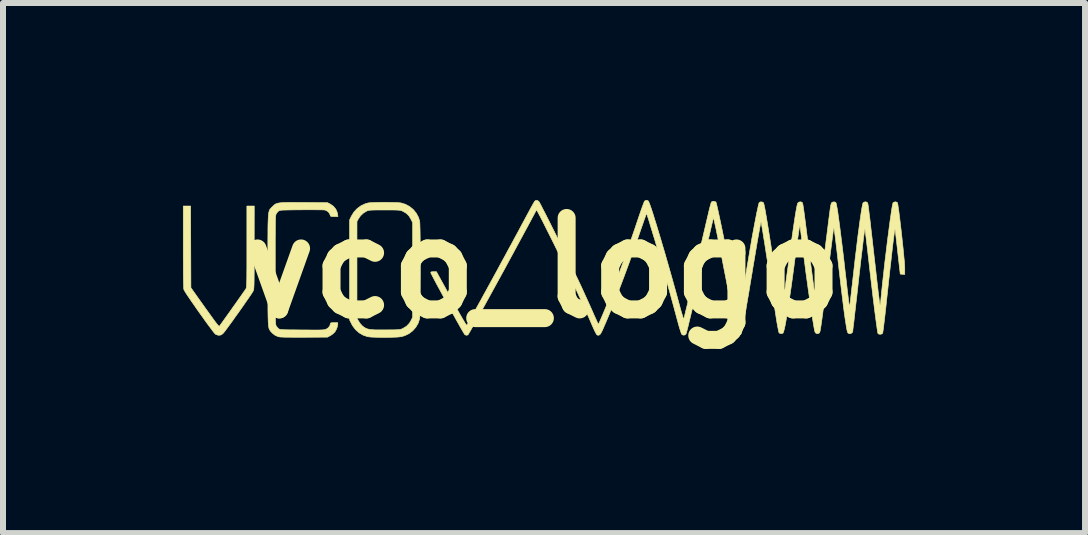
<source format=kicad_pcb>
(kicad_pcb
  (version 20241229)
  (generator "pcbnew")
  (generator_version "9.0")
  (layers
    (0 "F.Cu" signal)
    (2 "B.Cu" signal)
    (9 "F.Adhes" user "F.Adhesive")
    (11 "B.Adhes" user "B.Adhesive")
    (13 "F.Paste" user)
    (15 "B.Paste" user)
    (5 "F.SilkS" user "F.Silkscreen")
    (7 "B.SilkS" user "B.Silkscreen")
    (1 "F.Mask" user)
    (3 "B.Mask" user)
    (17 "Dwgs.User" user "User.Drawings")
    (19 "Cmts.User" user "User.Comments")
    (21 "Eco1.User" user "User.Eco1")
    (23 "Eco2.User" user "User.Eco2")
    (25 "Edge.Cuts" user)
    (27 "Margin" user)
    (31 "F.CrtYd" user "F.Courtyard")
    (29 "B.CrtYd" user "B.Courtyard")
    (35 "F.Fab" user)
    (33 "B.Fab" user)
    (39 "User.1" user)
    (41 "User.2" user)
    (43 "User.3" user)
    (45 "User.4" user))
  (footprint "vco_logo"
    (layer "F.Cu")
    (at 5.996 1.418)
    (property "Reference" "vco_logo" (at 0 0 0) (layer "F.SilkS") (effects (font (size 1.524 1.524) (thickness 0.3))))
    (attr through_hole)
    (fp_poly (pts (xy -5.864 0.328) (xy -5.632 0.655) (xy -5.575 0.734) (xy -5.527 0.801) (xy -5.488 0.855) (xy -5.457 0.897) (xy -5.432 0.929) (xy -5.414 0.951) (xy -5.401 0.965) (xy -5.393 0.97) (xy -5.39 0.97) (xy -5.382 0.96) (xy -5.366 0.938) (xy -5.343 0.906) (xy -5.313 0.864) (xy -5.278 0.815) (xy -5.24 0.762) (xy -5.199 0.705) (xy -5.158 0.646) (xy -5.116 0.588) (xy -5.077 0.532) (xy -5.04 0.48) (xy -5.008 0.434) (xy -4.981 0.395) (xy -4.961 0.367) (xy -4.949 0.349) (xy -4.947 0.346) (xy -4.944 0.34) (xy -4.942 0.333) (xy -4.939 0.323) (xy -4.938 0.31) (xy -4.936 0.291) (xy -4.935 0.266) (xy -4.934 0.233) (xy -4.933 0.192) (xy -4.932 0.14) (xy -4.932 0.078) (xy -4.931 0.003) (xy -4.931 -0.085) (xy -4.931 -0.187) (xy -4.931 -0.306) (xy -4.931 -0.357) (xy -4.931 -1.034) (xy -4.808 -1.034) (xy -4.809 -0.344) (xy -4.809 -0.217) (xy -4.809 -0.107) (xy -4.809 -0.012) (xy -4.809 0.069) (xy -4.81 0.138) (xy -4.81 0.195) (xy -4.811 0.241) (xy -4.812 0.279) (xy -4.813 0.308) (xy -4.815 0.331) (xy -4.816 0.348) (xy -4.818 0.361) (xy -4.821 0.371) (xy -4.824 0.378) (xy -4.825 0.381) (xy -4.834 0.397) (xy -4.852 0.425) (xy -4.878 0.464) (xy -4.91 0.511) (xy -4.948 0.565) (xy -4.989 0.625) (xy -5.033 0.687) (xy -5.078 0.751) (xy -5.124 0.814) (xy -5.167 0.876) (xy -5.209 0.933) (xy -5.246 0.984) (xy -5.279 1.028) (xy -5.304 1.062) (xy -5.323 1.084) (xy -5.33 1.093) (xy -5.365 1.116) (xy -5.403 1.121) (xy -5.441 1.11) (xy -5.456 1.101) (xy -5.467 1.09) (xy -5.487 1.066) (xy -5.514 1.03) (xy -5.547 0.986) (xy -5.586 0.934) (xy -5.628 0.876) (xy -5.672 0.814) (xy -5.718 0.75) (xy -5.764 0.685) (xy -5.808 0.621) (xy -5.85 0.561) (xy -5.888 0.505) (xy -5.922 0.456) (xy -5.949 0.414) (xy -5.968 0.383) (xy -5.979 0.363) (xy -5.981 0.359) (xy -5.983 0.345) (xy -5.985 0.318) (xy -5.986 0.277) (xy -5.988 0.221) (xy -5.989 0.151) (xy -5.99 0.065) (xy -5.99 -0.037) (xy -5.991 -0.155) (xy -5.991 -0.29) (xy -5.991 -0.354) (xy -5.991 -1.034) (xy -5.869 -1.034) (xy -5.864 0.328)) (stroke (width 0.01) (type solid)) (fill yes) (layer "F.SilkS"))
    (fp_poly (pts (xy -2.548 -1.094) (xy -2.489 -1.093) (xy -2.437 -1.092) (xy -2.395 -1.089) (xy -2.367 -1.086) (xy -2.364 -1.086) (xy -2.288 -1.063) (xy -2.218 -1.025) (xy -2.157 -0.975) (xy -2.107 -0.914) (xy -2.07 -0.845) (xy -2.051 -0.781) (xy -2.049 -0.764) (xy -2.047 -0.731) (xy -2.046 -0.683) (xy -2.044 -0.623) (xy -2.043 -0.551) (xy -2.042 -0.47) (xy -2.042 -0.381) (xy -2.041 -0.285) (xy -2.041 -0.185) (xy -2.04 -0.081) (xy -2.04 0.024) (xy -2.04 0.13) (xy -2.041 0.234) (xy -2.041 0.335) (xy -2.042 0.431) (xy -2.042 0.521) (xy -2.043 0.603) (xy -2.044 0.676) (xy -2.046 0.738) (xy -2.047 0.787) (xy -2.049 0.822) (xy -2.05 0.841) (xy -2.051 0.843) (xy -2.075 0.918) (xy -2.115 0.987) (xy -2.167 1.046) (xy -2.23 1.094) (xy -2.302 1.128) (xy -2.354 1.143) (xy -2.383 1.147) (xy -2.426 1.151) (xy -2.48 1.153) (xy -2.542 1.155) (xy -2.608 1.156) (xy -2.676 1.156) (xy -2.742 1.155) (xy -2.802 1.153) (xy -2.854 1.151) (xy -2.894 1.147) (xy -2.917 1.144) (xy -2.992 1.119) (xy -3.061 1.079) (xy -3.121 1.025) (xy -3.17 0.96) (xy -3.186 0.93) (xy -3.219 0.864) (xy -3.219 -0.775) (xy -3.096 -0.775) (xy -3.096 0.836) (xy -3.076 0.873) (xy -3.045 0.922) (xy -3.008 0.963) (xy -2.974 0.989) (xy -2.952 1.002) (xy -2.929 1.012) (xy -2.903 1.019) (xy -2.872 1.025) (xy -2.833 1.028) (xy -2.784 1.031) (xy -2.723 1.031) (xy -2.648 1.031) (xy -2.614 1.031) (xy -2.544 1.03) (xy -2.489 1.03) (xy -2.446 1.029) (xy -2.414 1.027) (xy -2.39 1.025) (xy -2.372 1.022) (xy -2.357 1.018) (xy -2.343 1.013) (xy -2.329 1.006) (xy -2.269 0.969) (xy -2.221 0.919) (xy -2.191 0.868) (xy -2.168 0.819) (xy -2.168 -0.758) (xy -2.197 -0.816) (xy -2.228 -0.867) (xy -2.266 -0.907) (xy -2.317 -0.939) (xy -2.336 -0.948) (xy -2.348 -0.954) (xy -2.361 -0.958) (xy -2.376 -0.962) (xy -2.396 -0.964) (xy -2.422 -0.966) (xy -2.456 -0.967) (xy -2.502 -0.968) (xy -2.561 -0.968) (xy -2.635 -0.968) (xy -2.636 -0.968) (xy -2.711 -0.968) (xy -2.77 -0.968) (xy -2.816 -0.967) (xy -2.851 -0.966) (xy -2.877 -0.964) (xy -2.896 -0.962) (xy -2.911 -0.958) (xy -2.924 -0.954) (xy -2.935 -0.949) (xy -2.989 -0.916) (xy -3.037 -0.871) (xy -3.073 -0.819) (xy -3.096 -0.775) (xy -3.219 -0.775) (xy -3.219 -0.801) (xy -3.191 -0.861) (xy -3.149 -0.93) (xy -3.094 -0.99) (xy -3.029 -1.038) (xy -2.957 -1.072) (xy -2.91 -1.085) (xy -2.886 -1.088) (xy -2.847 -1.091) (xy -2.797 -1.092) (xy -2.74 -1.094) (xy -2.677 -1.095) (xy -2.612 -1.095) (xy -2.548 -1.094)) (stroke (width 0.01) (type solid)) (fill yes) (layer "F.SilkS"))
    (fp_poly (pts (xy -4.124 -1.094) (xy -4.032 -1.093) (xy -3.975 -1.093) (xy -3.587 -1.09) (xy -3.542 -1.067) (xy -3.489 -1.03) (xy -3.449 -0.983) (xy -3.425 -0.928) (xy -3.419 -0.898) (xy -3.413 -0.858) (xy -3.475 -0.858) (xy -3.508 -0.859) (xy -3.526 -0.861) (xy -3.536 -0.866) (xy -3.541 -0.876) (xy -3.543 -0.885) (xy -3.559 -0.919) (xy -3.587 -0.947) (xy -3.623 -0.965) (xy -3.637 -0.968) (xy -3.654 -0.969) (xy -3.686 -0.97) (xy -3.732 -0.97) (xy -3.788 -0.971) (xy -3.854 -0.971) (xy -3.927 -0.971) (xy -4.004 -0.971) (xy -4.026 -0.97) (xy -4.114 -0.97) (xy -4.186 -0.969) (xy -4.244 -0.968) (xy -4.29 -0.967) (xy -4.325 -0.966) (xy -4.35 -0.965) (xy -4.369 -0.962) (xy -4.382 -0.96) (xy -4.392 -0.956) (xy -4.399 -0.952) (xy -4.403 -0.95) (xy -4.424 -0.929) (xy -4.442 -0.903) (xy -4.443 -0.902) (xy -4.445 -0.896) (xy -4.447 -0.888) (xy -4.449 -0.878) (xy -4.451 -0.864) (xy -4.453 -0.845) (xy -4.454 -0.82) (xy -4.455 -0.788) (xy -4.456 -0.748) (xy -4.456 -0.699) (xy -4.457 -0.64) (xy -4.457 -0.571) (xy -4.458 -0.489) (xy -4.458 -0.394) (xy -4.458 -0.285) (xy -4.458 -0.16) (xy -4.458 -0.02) (xy -4.458 0.031) (xy -4.458 0.177) (xy -4.458 0.306) (xy -4.458 0.42) (xy -4.458 0.52) (xy -4.457 0.606) (xy -4.457 0.68) (xy -4.457 0.742) (xy -4.456 0.794) (xy -4.455 0.837) (xy -4.454 0.871) (xy -4.453 0.898) (xy -4.452 0.919) (xy -4.45 0.935) (xy -4.448 0.947) (xy -4.446 0.955) (xy -4.444 0.961) (xy -4.443 0.963) (xy -4.425 0.988) (xy -4.404 1.01) (xy -4.403 1.011) (xy -4.396 1.015) (xy -4.388 1.019) (xy -4.378 1.022) (xy -4.363 1.024) (xy -4.342 1.026) (xy -4.314 1.028) (xy -4.275 1.029) (xy -4.226 1.03) (xy -4.164 1.03) (xy -4.088 1.031) (xy -4.01 1.032) (xy -3.92 1.032) (xy -3.846 1.033) (xy -3.785 1.033) (xy -3.738 1.033) (xy -3.7 1.032) (xy -3.672 1.031) (xy -3.651 1.029) (xy -3.635 1.027) (xy -3.623 1.024) (xy -3.613 1.02) (xy -3.604 1.016) (xy -3.572 0.994) (xy -3.549 0.963) (xy -3.539 0.931) (xy -3.538 0.925) (xy -3.535 0.917) (xy -3.524 0.913) (xy -3.501 0.911) (xy -3.477 0.911) (xy -3.416 0.911) (xy -3.416 0.936) (xy -3.422 0.974) (xy -3.437 1.017) (xy -3.458 1.056) (xy -3.468 1.069) (xy -3.49 1.091) (xy -3.52 1.114) (xy -3.54 1.126) (xy -3.587 1.152) (xy -3.976 1.154) (xy -4.077 1.154) (xy -4.162 1.154) (xy -4.232 1.153) (xy -4.289 1.153) (xy -4.333 1.151) (xy -4.367 1.15) (xy -4.391 1.147) (xy -4.406 1.144) (xy -4.407 1.144) (xy -4.461 1.121) (xy -4.509 1.083) (xy -4.533 1.056) (xy -4.541 1.046) (xy -4.547 1.037) (xy -4.553 1.027) (xy -4.558 1.016) (xy -4.563 1.003) (xy -4.566 0.986) (xy -4.57 0.964) (xy -4.572 0.937) (xy -4.575 0.903) (xy -4.576 0.862) (xy -4.578 0.812) (xy -4.579 0.752) (xy -4.58 0.682) (xy -4.58 0.6) (xy -4.581 0.505) (xy -4.581 0.396) (xy -4.581 0.273) (xy -4.581 0.134) (xy -4.581 0.031) (xy -4.581 -0.121) (xy -4.581 -0.256) (xy -4.581 -0.375) (xy -4.581 -0.48) (xy -4.58 -0.572) (xy -4.58 -0.651) (xy -4.579 -0.719) (xy -4.577 -0.777) (xy -4.575 -0.825) (xy -4.573 -0.864) (xy -4.57 -0.897) (xy -4.566 -0.923) (xy -4.561 -0.944) (xy -4.556 -0.96) (xy -4.55 -0.974) (xy -4.542 -0.985) (xy -4.534 -0.994) (xy -4.524 -1.004) (xy -4.514 -1.015) (xy -4.508 -1.02) (xy -4.491 -1.037) (xy -4.476 -1.051) (xy -4.46 -1.063) (xy -4.443 -1.072) (xy -4.421 -1.079) (xy -4.394 -1.085) (xy -4.361 -1.089) (xy -4.318 -1.092) (xy -4.266 -1.093) (xy -4.202 -1.094) (xy -4.124 -1.094)) (stroke (width 0.01) (type solid)) (fill yes) (layer "F.SilkS"))
    (fp_poly (pts (xy 1.751 -1.124) (xy 1.763 -1.115) (xy 1.77 -1.1) (xy 1.782 -1.07) (xy 1.798 -1.026) (xy 1.818 -0.967) (xy 1.841 -0.897) (xy 1.866 -0.815) (xy 1.895 -0.723) (xy 1.925 -0.623) (xy 1.958 -0.514) (xy 1.992 -0.399) (xy 2.028 -0.278) (xy 2.064 -0.153) (xy 2.101 -0.024) (xy 2.138 0.106) (xy 2.175 0.238) (xy 2.212 0.37) (xy 2.248 0.5) (xy 2.281 0.622) (xy 2.297 0.683) (xy 2.313 0.737) (xy 2.327 0.783) (xy 2.338 0.819) (xy 2.346 0.842) (xy 2.35 0.85) (xy 2.351 0.85) (xy 2.355 0.836) (xy 2.363 0.805) (xy 2.374 0.76) (xy 2.388 0.7) (xy 2.406 0.628) (xy 2.426 0.542) (xy 2.448 0.446) (xy 2.473 0.339) (xy 2.5 0.222) (xy 2.529 0.097) (xy 2.559 -0.035) (xy 2.575 -0.104) (xy 2.611 -0.264) (xy 2.644 -0.408) (xy 2.674 -0.536) (xy 2.7 -0.648) (xy 2.723 -0.747) (xy 2.743 -0.832) (xy 2.76 -0.903) (xy 2.774 -0.963) (xy 2.786 -1.011) (xy 2.796 -1.048) (xy 2.803 -1.074) (xy 2.809 -1.092) (xy 2.812 -1.1) (xy 2.813 -1.101) (xy 2.83 -1.11) (xy 2.854 -1.112) (xy 2.876 -1.107) (xy 2.889 -1.097) (xy 2.894 -1.083) (xy 2.901 -1.054) (xy 2.911 -1.01) (xy 2.924 -0.952) (xy 2.939 -0.883) (xy 2.956 -0.803) (xy 2.975 -0.714) (xy 2.995 -0.618) (xy 3.016 -0.514) (xy 3.039 -0.405) (xy 3.061 -0.293) (xy 3.084 -0.178) (xy 3.108 -0.061) (xy 3.131 0.055) (xy 3.153 0.17) (xy 3.175 0.282) (xy 3.195 0.391) (xy 3.214 0.49) (xy 3.231 0.578) (xy 3.244 0.649) (xy 3.255 0.704) (xy 3.264 0.744) (xy 3.27 0.77) (xy 3.274 0.782) (xy 3.276 0.782) (xy 3.276 0.778) (xy 3.277 0.768) (xy 3.281 0.742) (xy 3.288 0.702) (xy 3.296 0.65) (xy 3.306 0.587) (xy 3.318 0.516) (xy 3.331 0.437) (xy 3.345 0.352) (xy 3.36 0.264) (xy 3.375 0.173) (xy 3.39 0.082) (xy 3.405 -0.008) (xy 3.42 -0.096) (xy 3.434 -0.179) (xy 3.447 -0.256) (xy 3.458 -0.325) (xy 3.469 -0.385) (xy 3.477 -0.434) (xy 3.482 -0.464) (xy 3.5 -0.564) (xy 3.518 -0.66) (xy 3.535 -0.75) (xy 3.551 -0.833) (xy 3.565 -0.907) (xy 3.579 -0.97) (xy 3.59 -1.022) (xy 3.599 -1.061) (xy 3.606 -1.084) (xy 3.609 -1.091) (xy 3.628 -1.102) (xy 3.652 -1.102) (xy 3.675 -1.094) (xy 3.681 -1.088) (xy 3.684 -1.079) (xy 3.689 -1.059) (xy 3.696 -1.027) (xy 3.705 -0.983) (xy 3.715 -0.927) (xy 3.727 -0.857) (xy 3.741 -0.773) (xy 3.757 -0.676) (xy 3.775 -0.564) (xy 3.795 -0.437) (xy 3.817 -0.294) (xy 3.842 -0.136) (xy 3.868 0.039) (xy 3.897 0.228) (xy 3.911 0.316) (xy 3.924 0.4) (xy 3.936 0.478) (xy 3.947 0.547) (xy 3.956 0.607) (xy 3.964 0.655) (xy 3.97 0.69) (xy 3.974 0.71) (xy 3.974 0.714) (xy 3.977 0.718) (xy 3.979 0.714) (xy 3.983 0.703) (xy 3.987 0.683) (xy 3.993 0.654) (xy 3.999 0.615) (xy 4.007 0.564) (xy 4.017 0.501) (xy 4.027 0.426) (xy 4.04 0.337) (xy 4.054 0.234) (xy 4.07 0.115) (xy 4.089 -0.02) (xy 4.099 -0.098) (xy 4.121 -0.261) (xy 4.141 -0.408) (xy 4.16 -0.538) (xy 4.176 -0.653) (xy 4.191 -0.753) (xy 4.204 -0.839) (xy 4.215 -0.911) (xy 4.226 -0.969) (xy 4.234 -1.016) (xy 4.242 -1.05) (xy 4.248 -1.072) (xy 4.253 -1.084) (xy 4.272 -1.099) (xy 4.296 -1.104) (xy 4.319 -1.098) (xy 4.326 -1.091) (xy 4.329 -1.087) (xy 4.331 -1.082) (xy 4.334 -1.073) (xy 4.337 -1.06) (xy 4.34 -1.041) (xy 4.344 -1.016) (xy 4.349 -0.983) (xy 4.355 -0.942) (xy 4.362 -0.891) (xy 4.37 -0.828) (xy 4.38 -0.754) (xy 4.391 -0.666) (xy 4.404 -0.564) (xy 4.419 -0.447) (xy 4.432 -0.348) (xy 4.452 -0.19) (xy 4.471 -0.042) (xy 4.489 0.093) (xy 4.505 0.215) (xy 4.52 0.324) (xy 4.533 0.419) (xy 4.544 0.499) (xy 4.553 0.564) (xy 4.561 0.613) (xy 4.565 0.639) (xy 4.575 0.696) (xy 4.582 0.653) (xy 4.584 0.638) (xy 4.588 0.608) (xy 4.594 0.563) (xy 4.601 0.506) (xy 4.61 0.437) (xy 4.62 0.358) (xy 4.631 0.271) (xy 4.643 0.177) (xy 4.656 0.078) (xy 4.669 -0.025) (xy 4.683 -0.131) (xy 4.696 -0.238) (xy 4.71 -0.343) (xy 4.723 -0.447) (xy 4.736 -0.547) (xy 4.748 -0.642) (xy 4.759 -0.731) (xy 4.769 -0.811) (xy 4.778 -0.881) (xy 4.784 -0.928) (xy 4.793 -0.993) (xy 4.801 -1.042) (xy 4.809 -1.074) (xy 4.815 -1.088) (xy 4.835 -1.1) (xy 4.86 -1.103) (xy 4.881 -1.096) (xy 4.887 -1.091) (xy 4.892 -1.079) (xy 4.898 -1.051) (xy 4.906 -1.009) (xy 4.916 -0.952) (xy 4.926 -0.88) (xy 4.938 -0.792) (xy 4.952 -0.688) (xy 4.967 -0.568) (xy 4.984 -0.432) (xy 5.003 -0.279) (xy 5.023 -0.11) (xy 5.044 0.077) (xy 5.054 0.158) (xy 5.066 0.263) (xy 5.076 0.352) (xy 5.085 0.425) (xy 5.092 0.486) (xy 5.098 0.534) (xy 5.103 0.571) (xy 5.106 0.598) (xy 5.109 0.616) (xy 5.112 0.628) (xy 5.114 0.633) (xy 5.116 0.634) (xy 5.117 0.631) (xy 5.119 0.619) (xy 5.123 0.592) (xy 5.128 0.552) (xy 5.134 0.5) (xy 5.141 0.439) (xy 5.149 0.37) (xy 5.157 0.296) (xy 5.159 0.285) (xy 5.176 0.131) (xy 5.193 -0.018) (xy 5.209 -0.162) (xy 5.226 -0.298) (xy 5.241 -0.427) (xy 5.256 -0.548) (xy 5.271 -0.658) (xy 5.284 -0.759) (xy 5.297 -0.847) (xy 5.308 -0.923) (xy 5.318 -0.986) (xy 5.327 -1.034) (xy 5.334 -1.067) (xy 5.339 -1.084) (xy 5.339 -1.084) (xy 5.357 -1.099) (xy 5.382 -1.104) (xy 5.404 -1.098) (xy 5.412 -1.091) (xy 5.414 -1.088) (xy 5.416 -1.084) (xy 5.418 -1.077) (xy 5.421 -1.067) (xy 5.424 -1.052) (xy 5.427 -1.032) (xy 5.43 -1.005) (xy 5.435 -0.97) (xy 5.44 -0.926) (xy 5.447 -0.872) (xy 5.455 -0.808) (xy 5.464 -0.731) (xy 5.474 -0.641) (xy 5.486 -0.536) (xy 5.5 -0.416) (xy 5.513 -0.298) (xy 5.53 -0.151) (xy 5.545 -0.021) (xy 5.558 0.094) (xy 5.569 0.194) (xy 5.579 0.28) (xy 5.588 0.354) (xy 5.595 0.417) (xy 5.602 0.468) (xy 5.607 0.51) (xy 5.611 0.544) (xy 5.615 0.569) (xy 5.617 0.588) (xy 5.62 0.6) (xy 5.621 0.608) (xy 5.623 0.612) (xy 5.624 0.613) (xy 5.627 0.605) (xy 5.631 0.584) (xy 5.635 0.553) (xy 5.635 0.545) (xy 5.643 0.464) (xy 5.652 0.374) (xy 5.662 0.277) (xy 5.673 0.174) (xy 5.685 0.067) (xy 5.697 -0.043) (xy 5.71 -0.155) (xy 5.724 -0.266) (xy 5.737 -0.376) (xy 5.75 -0.483) (xy 5.764 -0.586) (xy 5.776 -0.683) (xy 5.788 -0.773) (xy 5.8 -0.855) (xy 5.81 -0.926) (xy 5.819 -0.986) (xy 5.827 -1.033) (xy 5.834 -1.066) (xy 5.838 -1.083) (xy 5.839 -1.084) (xy 5.857 -1.099) (xy 5.881 -1.104) (xy 5.904 -1.097) (xy 5.912 -1.091) (xy 5.916 -1.079) (xy 5.921 -1.051) (xy 5.927 -1.01) (xy 5.935 -0.957) (xy 5.943 -0.894) (xy 5.952 -0.823) (xy 5.961 -0.745) (xy 5.971 -0.663) (xy 5.981 -0.578) (xy 5.99 -0.492) (xy 5.999 -0.407) (xy 6.008 -0.325) (xy 6.015 -0.248) (xy 6.022 -0.177) (xy 6.028 -0.115) (xy 6.032 -0.063) (xy 6.034 -0.023) (xy 6.035 -0.002) (xy 6.035 0.106) (xy 5.96 0.101) (xy 5.928 -0.175) (xy 5.92 -0.248) (xy 5.912 -0.321) (xy 5.904 -0.39) (xy 5.897 -0.452) (xy 5.891 -0.504) (xy 5.887 -0.542) (xy 5.886 -0.55) (xy 5.881 -0.589) (xy 5.877 -0.62) (xy 5.873 -0.64) (xy 5.871 -0.645) (xy 5.869 -0.635) (xy 5.864 -0.607) (xy 5.858 -0.563) (xy 5.85 -0.502) (xy 5.84 -0.424) (xy 5.829 -0.331) (xy 5.817 -0.223) (xy 5.803 -0.099) (xy 5.787 0.039) (xy 5.77 0.192) (xy 5.752 0.36) (xy 5.732 0.541) (xy 5.724 0.621) (xy 5.714 0.708) (xy 5.705 0.79) (xy 5.696 0.866) (xy 5.688 0.933) (xy 5.681 0.991) (xy 5.675 1.036) (xy 5.67 1.068) (xy 5.667 1.085) (xy 5.666 1.087) (xy 5.651 1.099) (xy 5.628 1.104) (xy 5.604 1.101) (xy 5.589 1.092) (xy 5.586 1.081) (xy 5.581 1.053) (xy 5.574 1.009) (xy 5.566 0.951) (xy 5.556 0.879) (xy 5.545 0.794) (xy 5.532 0.697) (xy 5.519 0.588) (xy 5.504 0.47) (xy 5.489 0.342) (xy 5.473 0.206) (xy 5.456 0.062) (xy 5.439 -0.088) (xy 5.429 -0.173) (xy 5.419 -0.262) (xy 5.409 -0.347) (xy 5.4 -0.424) (xy 5.392 -0.492) (xy 5.385 -0.551) (xy 5.379 -0.598) (xy 5.374 -0.631) (xy 5.372 -0.649) (xy 5.371 -0.653) (xy 5.368 -0.643) (xy 5.364 -0.616) (xy 5.358 -0.573) (xy 5.35 -0.515) (xy 5.341 -0.442) (xy 5.331 -0.355) (xy 5.319 -0.255) (xy 5.305 -0.143) (xy 5.291 -0.019) (xy 5.275 0.117) (xy 5.259 0.262) (xy 5.255 0.298) (xy 5.244 0.397) (xy 5.233 0.495) (xy 5.222 0.587) (xy 5.212 0.674) (xy 5.203 0.753) (xy 5.195 0.822) (xy 5.189 0.879) (xy 5.184 0.922) (xy 5.18 0.95) (xy 5.18 0.95) (xy 5.175 0.991) (xy 5.171 1.026) (xy 5.169 1.05) (xy 5.168 1.061) (xy 5.168 1.061) (xy 5.16 1.075) (xy 5.143 1.088) (xy 5.123 1.095) (xy 5.12 1.095) (xy 5.098 1.089) (xy 5.086 1.079) (xy 5.08 1.065) (xy 5.072 1.034) (xy 5.063 0.986) (xy 5.053 0.923) (xy 5.041 0.846) (xy 5.028 0.754) (xy 5.014 0.649) (xy 5 0.532) (xy 4.984 0.402) (xy 4.975 0.328) (xy 4.957 0.174) (xy 4.941 0.036) (xy 4.927 -0.086) (xy 4.915 -0.193) (xy 4.904 -0.287) (xy 4.894 -0.368) (xy 4.886 -0.437) (xy 4.879 -0.494) (xy 4.873 -0.542) (xy 4.868 -0.58) (xy 4.864 -0.61) (xy 4.861 -0.632) (xy 4.858 -0.648) (xy 4.856 -0.658) (xy 4.854 -0.663) (xy 4.852 -0.664) (xy 4.851 -0.662) (xy 4.85 -0.658) (xy 4.849 -0.657) (xy 4.847 -0.645) (xy 4.843 -0.617) (xy 4.838 -0.574) (xy 4.83 -0.518) (xy 4.822 -0.452) (xy 4.812 -0.375) (xy 4.801 -0.289) (xy 4.789 -0.197) (xy 4.776 -0.099) (xy 4.769 -0.044) (xy 4.749 0.118) (xy 4.73 0.264) (xy 4.714 0.394) (xy 4.699 0.51) (xy 4.686 0.611) (xy 4.675 0.7) (xy 4.665 0.777) (xy 4.656 0.842) (xy 4.648 0.898) (xy 4.642 0.944) (xy 4.636 0.981) (xy 4.631 1.011) (xy 4.627 1.035) (xy 4.623 1.052) (xy 4.62 1.065) (xy 4.617 1.073) (xy 4.615 1.079) (xy 4.612 1.082) (xy 4.61 1.083) (xy 4.585 1.094) (xy 4.56 1.09) (xy 4.543 1.075) (xy 4.537 1.06) (xy 4.53 1.029) (xy 4.521 0.983) (xy 4.511 0.922) (xy 4.499 0.849) (xy 4.486 0.765) (xy 4.471 0.67) (xy 4.456 0.566) (xy 4.44 0.453) (xy 4.423 0.334) (xy 4.406 0.209) (xy 4.388 0.08) (xy 4.371 -0.053) (xy 4.353 -0.189) (xy 4.336 -0.325) (xy 4.319 -0.461) (xy 4.303 -0.597) (xy 4.3 -0.62) (xy 4.295 -0.656) (xy 4.291 -0.685) (xy 4.287 -0.703) (xy 4.285 -0.706) (xy 4.283 -0.699) (xy 4.28 -0.682) (xy 4.275 -0.653) (xy 4.269 -0.611) (xy 4.261 -0.557) (xy 4.251 -0.489) (xy 4.24 -0.406) (xy 4.226 -0.309) (xy 4.211 -0.195) (xy 4.193 -0.065) (xy 4.191 -0.044) (xy 4.166 0.141) (xy 4.143 0.308) (xy 4.121 0.458) (xy 4.102 0.592) (xy 4.084 0.709) (xy 4.067 0.809) (xy 4.053 0.894) (xy 4.04 0.963) (xy 4.028 1.016) (xy 4.018 1.054) (xy 4.01 1.077) (xy 4.005 1.084) (xy 3.98 1.094) (xy 3.955 1.09) (xy 3.938 1.075) (xy 3.934 1.062) (xy 3.928 1.034) (xy 3.92 0.992) (xy 3.91 0.939) (xy 3.899 0.875) (xy 3.888 0.804) (xy 3.876 0.727) (xy 3.872 0.701) (xy 3.839 0.489) (xy 3.809 0.293) (xy 3.782 0.115) (xy 3.757 -0.046) (xy 3.734 -0.19) (xy 3.714 -0.318) (xy 3.697 -0.43) (xy 3.681 -0.525) (xy 3.669 -0.605) (xy 3.658 -0.669) (xy 3.65 -0.716) (xy 3.644 -0.749) (xy 3.64 -0.766) (xy 3.639 -0.769) (xy 3.636 -0.759) (xy 3.631 -0.733) (xy 3.623 -0.693) (xy 3.613 -0.639) (xy 3.601 -0.573) (xy 3.587 -0.496) (xy 3.572 -0.409) (xy 3.556 -0.314) (xy 3.539 -0.213) (xy 3.521 -0.106) (xy 3.502 0.006) (xy 3.486 0.105) (xy 3.46 0.258) (xy 3.438 0.395) (xy 3.417 0.516) (xy 3.399 0.623) (xy 3.384 0.716) (xy 3.37 0.796) (xy 3.358 0.865) (xy 3.347 0.922) (xy 3.338 0.97) (xy 3.33 1.009) (xy 3.324 1.04) (xy 3.318 1.064) (xy 3.313 1.081) (xy 3.308 1.094) (xy 3.304 1.102) (xy 3.3 1.106) (xy 3.281 1.117) (xy 3.267 1.121) (xy 3.257 1.12) (xy 3.248 1.115) (xy 3.24 1.104) (xy 3.232 1.087) (xy 3.224 1.06) (xy 3.215 1.024) (xy 3.205 0.975) (xy 3.193 0.913) (xy 3.178 0.835) (xy 3.175 0.819) (xy 3.159 0.73) (xy 3.141 0.634) (xy 3.122 0.531) (xy 3.102 0.424) (xy 3.08 0.314) (xy 3.059 0.202) (xy 3.037 0.09) (xy 3.015 -0.022) (xy 2.994 -0.132) (xy 2.973 -0.238) (xy 2.952 -0.34) (xy 2.933 -0.435) (xy 2.915 -0.524) (xy 2.899 -0.603) (xy 2.885 -0.672) (xy 2.872 -0.73) (xy 2.862 -0.775) (xy 2.855 -0.806) (xy 2.851 -0.821) (xy 2.85 -0.823) (xy 2.843 -0.823) (xy 2.84 -0.814) (xy 2.834 -0.789) (xy 2.825 -0.751) (xy 2.813 -0.701) (xy 2.799 -0.64) (xy 2.783 -0.571) (xy 2.765 -0.495) (xy 2.746 -0.413) (xy 2.746 -0.412) (xy 2.725 -0.317) (xy 2.702 -0.218) (xy 2.678 -0.116) (xy 2.656 -0.017) (xy 2.634 0.077) (xy 2.614 0.163) (xy 2.597 0.237) (xy 2.591 0.263) (xy 2.568 0.365) (xy 2.544 0.467) (xy 2.521 0.566) (xy 2.499 0.661) (xy 2.477 0.75) (xy 2.457 0.833) (xy 2.439 0.906) (xy 2.424 0.971) (xy 2.41 1.023) (xy 2.4 1.063) (xy 2.393 1.088) (xy 2.39 1.097) (xy 2.372 1.114) (xy 2.348 1.119) (xy 2.325 1.111) (xy 2.32 1.107) (xy 2.312 1.093) (xy 2.301 1.062) (xy 2.286 1.015) (xy 2.267 0.951) (xy 2.245 0.87) (xy 2.229 0.81) (xy 2.174 0.607) (xy 2.119 0.406) (xy 2.064 0.21) (xy 2.012 0.023) (xy 1.961 -0.153) (xy 1.918 -0.3) (xy 1.893 -0.384) (xy 1.869 -0.468) (xy 1.844 -0.548) (xy 1.821 -0.625) (xy 1.799 -0.696) (xy 1.78 -0.76) (xy 1.763 -0.815) (xy 1.749 -0.858) (xy 1.739 -0.889) (xy 1.733 -0.906) (xy 1.731 -0.908) (xy 1.728 -0.901) (xy 1.719 -0.879) (xy 1.707 -0.845) (xy 1.691 -0.801) (xy 1.673 -0.748) (xy 1.653 -0.69) (xy 1.651 -0.686) (xy 1.582 -0.485) (xy 1.513 -0.287) (xy 1.443 -0.093) (xy 1.374 0.095) (xy 1.306 0.276) (xy 1.239 0.449) (xy 1.175 0.611) (xy 1.114 0.761) (xy 1.056 0.898) (xy 1.003 1.02) (xy 0.992 1.045) (xy 0.971 1.085) (xy 0.953 1.11) (xy 0.934 1.12) (xy 0.914 1.118) (xy 0.905 1.114) (xy 0.896 1.103) (xy 0.882 1.077) (xy 0.863 1.04) (xy 0.841 0.992) (xy 0.824 0.953) (xy 0.783 0.858) (xy 0.736 0.751) (xy 0.683 0.634) (xy 0.628 0.513) (xy 0.571 0.389) (xy 0.514 0.267) (xy 0.49 0.215) (xy 0.467 0.167) (xy 0.438 0.107) (xy 0.404 0.036) (xy 0.365 -0.042) (xy 0.324 -0.127) (xy 0.28 -0.216) (xy 0.234 -0.308) (xy 0.189 -0.4) (xy 0.144 -0.49) (xy 0.101 -0.576) (xy 0.06 -0.657) (xy 0.024 -0.73) (xy -0.008 -0.793) (xy -0.035 -0.845) (xy -0.054 -0.882) (xy -0.055 -0.883) (xy -0.102 -0.972) (xy -0.258 -0.681) (xy -0.315 -0.576) (xy -0.374 -0.467) (xy -0.435 -0.354) (xy -0.497 -0.239) (xy -0.561 -0.122) (xy -0.624 -0.004) (xy -0.688 0.112) (xy -0.751 0.227) (xy -0.813 0.34) (xy -0.873 0.449) (xy -0.93 0.553) (xy -0.984 0.651) (xy -1.035 0.743) (xy -1.082 0.827) (xy -1.124 0.903) (xy -1.161 0.968) (xy -1.192 1.023) (xy -1.216 1.065) (xy -1.234 1.095) (xy -1.244 1.112) (xy -1.246 1.114) (xy -1.271 1.121) (xy -1.297 1.111) (xy -1.298 1.11) (xy -1.305 1.1) (xy -1.319 1.077) (xy -1.34 1.041) (xy -1.367 0.995) (xy -1.398 0.939) (xy -1.434 0.876) (xy -1.472 0.807) (xy -1.513 0.734) (xy -1.555 0.657) (xy -1.598 0.58) (xy -1.64 0.503) (xy -1.681 0.427) (xy -1.72 0.355) (xy -1.757 0.288) (xy -1.789 0.227) (xy -1.817 0.175) (xy -1.839 0.132) (xy -1.855 0.101) (xy -1.864 0.082) (xy -1.866 0.077) (xy -1.863 0.068) (xy -1.853 0.063) (xy -1.83 0.061) (xy -1.818 0.061) (xy -1.771 0.061) (xy -1.523 0.512) (xy -1.467 0.612) (xy -1.42 0.698) (xy -1.38 0.769) (xy -1.346 0.828) (xy -1.319 0.874) (xy -1.298 0.909) (xy -1.283 0.933) (xy -1.272 0.947) (xy -1.266 0.952) (xy -1.265 0.952) (xy -1.258 0.942) (xy -1.244 0.918) (xy -1.223 0.88) (xy -1.195 0.831) (xy -1.161 0.77) (xy -1.123 0.7) (xy -1.079 0.62) (xy -1.031 0.534) (xy -0.98 0.44) (xy -0.926 0.342) (xy -0.869 0.238) (xy -0.811 0.132) (xy -0.752 0.024) (xy -0.693 -0.086) (xy -0.633 -0.195) (xy -0.575 -0.303) (xy -0.517 -0.408) (xy -0.462 -0.511) (xy -0.409 -0.608) (xy -0.36 -0.7) (xy -0.314 -0.785) (xy -0.289 -0.832) (xy -0.255 -0.895) (xy -0.223 -0.954) (xy -0.195 -1.007) (xy -0.17 -1.051) (xy -0.151 -1.085) (xy -0.138 -1.107) (xy -0.133 -1.115) (xy -0.112 -1.128) (xy -0.087 -1.126) (xy -0.064 -1.11) (xy -0.062 -1.107) (xy -0.055 -1.095) (xy -0.04 -1.068) (xy -0.019 -1.028) (xy 0.007 -0.976) (xy 0.039 -0.915) (xy 0.075 -0.844) (xy 0.114 -0.767) (xy 0.156 -0.683) (xy 0.2 -0.595) (xy 0.246 -0.503) (xy 0.293 -0.409) (xy 0.339 -0.316) (xy 0.385 -0.223) (xy 0.43 -0.132) (xy 0.473 -0.045) (xy 0.513 0.037) (xy 0.549 0.112) (xy 0.582 0.179) (xy 0.609 0.237) (xy 0.632 0.285) (xy 0.632 0.285) (xy 0.666 0.359) (xy 0.703 0.441) (xy 0.742 0.526) (xy 0.779 0.608) (xy 0.813 0.684) (xy 0.833 0.729) (xy 0.857 0.785) (xy 0.88 0.835) (xy 0.899 0.877) (xy 0.914 0.91) (xy 0.925 0.93) (xy 0.928 0.937) (xy 0.934 0.929) (xy 0.944 0.906) (xy 0.96 0.871) (xy 0.98 0.824) (xy 1.004 0.768) (xy 1.031 0.703) (xy 1.06 0.632) (xy 1.09 0.556) (xy 1.122 0.477) (xy 1.153 0.397) (xy 1.185 0.317) (xy 1.215 0.239) (xy 1.243 0.164) (xy 1.251 0.145) (xy 1.321 -0.045) (xy 1.391 -0.24) (xy 1.462 -0.442) (xy 1.536 -0.657) (xy 1.583 -0.797) (xy 1.607 -0.867) (xy 1.629 -0.932) (xy 1.649 -0.99) (xy 1.667 -1.039) (xy 1.682 -1.078) (xy 1.692 -1.104) (xy 1.697 -1.115) (xy 1.716 -1.127) (xy 1.73 -1.13) (xy 1.751 -1.124)) (stroke (width 0.01) (type solid)) (fill yes) (layer "F.SilkS")))
  (gr_rect
    (start -3 -3)
    (end 15.036 5.836)
    (stroke (width 0.1) (type default))
    (fill no)
    (layer "Edge.Cuts")))
</source>
